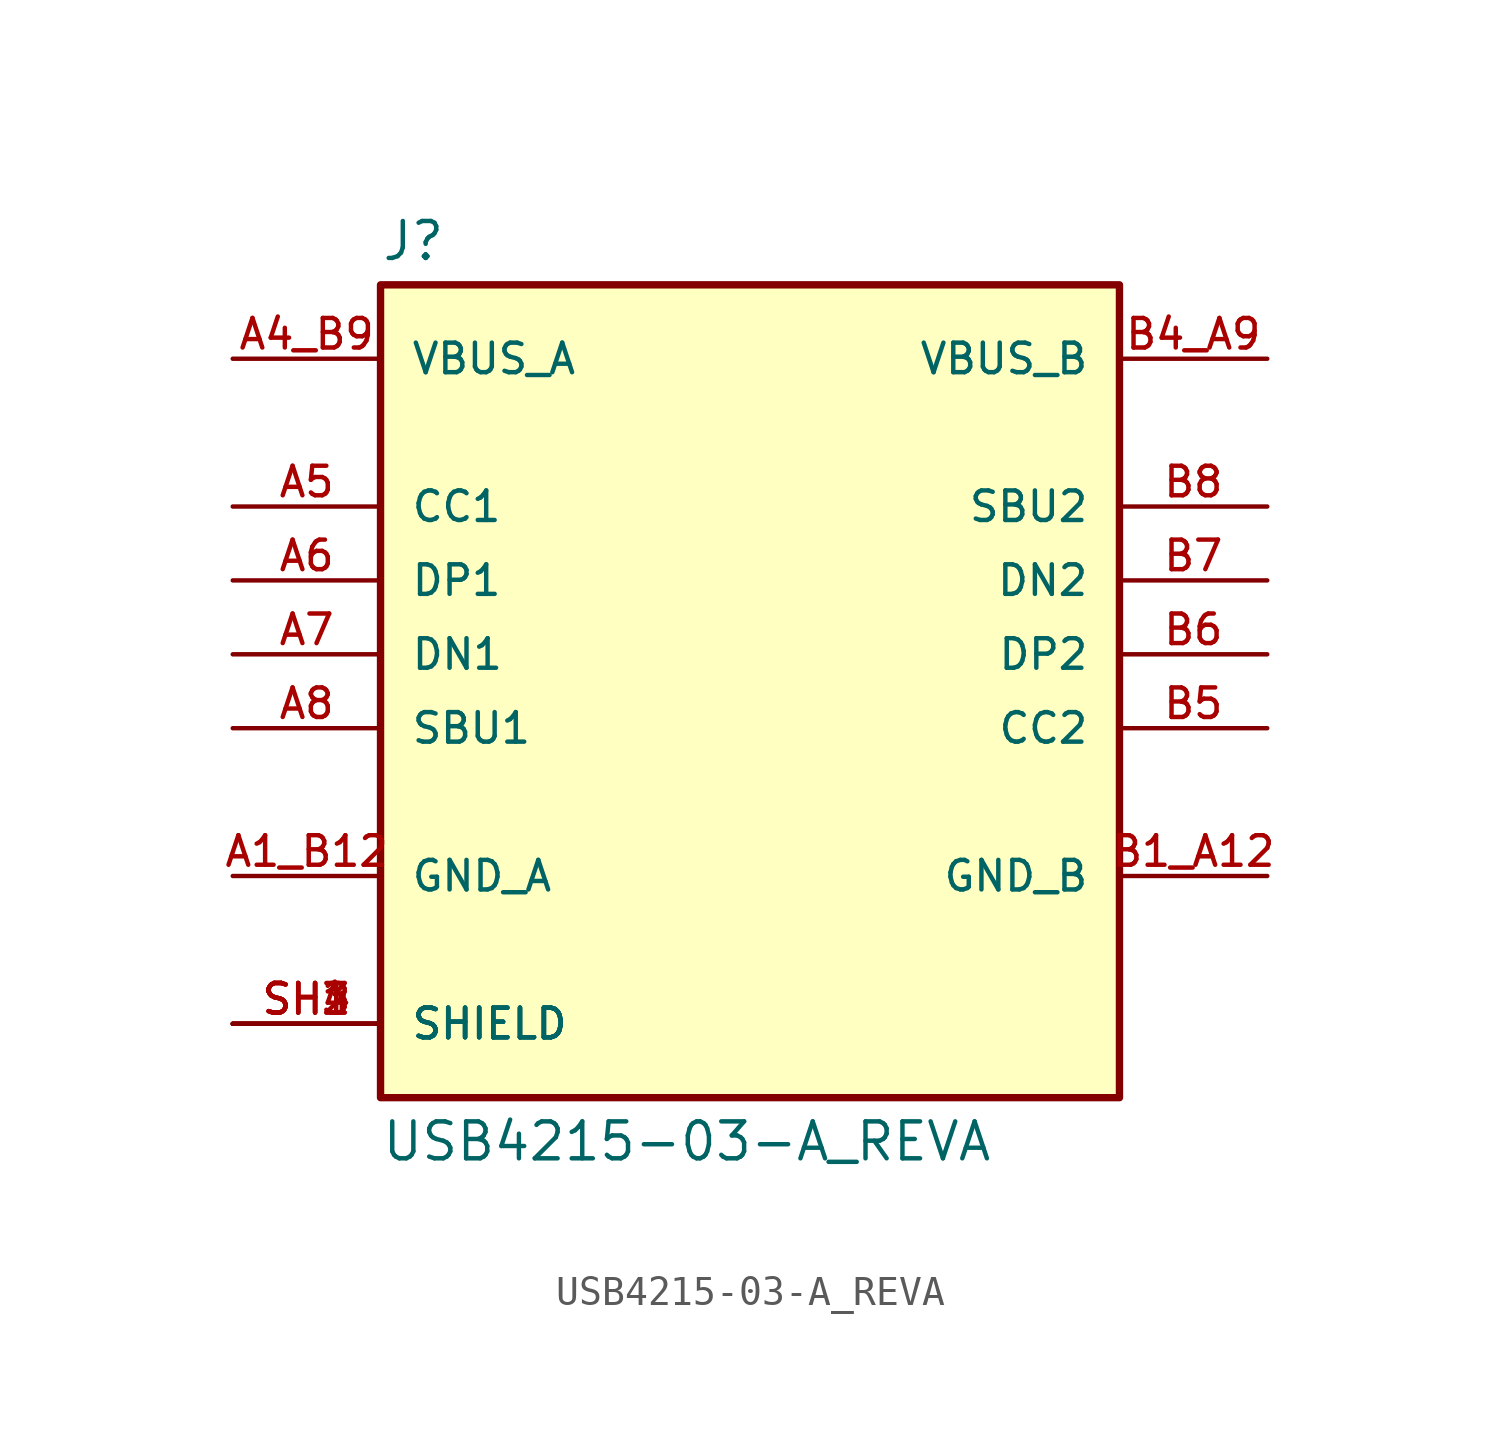
<source format=kicad_sym>
(kicad_symbol_lib
  (version 20241209)
  (generator "kicad_symbol_editor")
  (generator_version "9.0")
  (symbol "USB4215-03-A_REVA"
    (pin_names
      (offset 1.016))
    (property "Reference" "J"
      (at -12.7 13.462 0)
      (effects (font (size 1.27 1.27)) (justify left bottom)))
    (property "Value" "USB4215-03-A_REVA"
      (at -12.7 -16.002 0)
      (effects (font (size 1.27 1.27)) (justify left top)))
    (symbol "USB4215-03-A_REVA_0_0"
      (rectangle (start -12.7 -15.24) (end 12.7 12.7) (stroke (width 0.254) (type default)) (fill (type background)))
      (pin power_in line (at -17.78 10.16 0) (length 5.08) (name "VBUS_A" (effects (font (size 1.016 1.016)))) (number "A4_B9" (effects (font (size 1.016 1.016)))))
      (pin bidirectional line (at -17.78 5.08 0) (length 5.08) (name "CC1" (effects (font (size 1.016 1.016)))) (number "A5" (effects (font (size 1.016 1.016)))))
      (pin bidirectional line (at -17.78 2.54 0) (length 5.08) (name "DP1" (effects (font (size 1.016 1.016)))) (number "A6" (effects (font (size 1.016 1.016)))))
      (pin bidirectional line (at -17.78 0 0) (length 5.08) (name "DN1" (effects (font (size 1.016 1.016)))) (number "A7" (effects (font (size 1.016 1.016)))))
      (pin bidirectional line (at -17.78 -2.54 0) (length 5.08) (name "SBU1" (effects (font (size 1.016 1.016)))) (number "A8" (effects (font (size 1.016 1.016)))))
      (pin power_in line (at -17.78 -7.62 0) (length 5.08) (name "GND_A" (effects (font (size 1.016 1.016)))) (number "A1_B12" (effects (font (size 1.016 1.016)))))
      (pin passive line (at -17.78 -12.7 0) (length 5.08) (name "SHIELD" (effects (font (size 1.016 1.016)))) (number "SH1" (effects (font (size 1.016 1.016)))))
      (pin passive line (at -17.78 -12.7 0) (length 5.08) (name "SHIELD" (effects (font (size 1.016 1.016)))) (number "SH2" (effects (font (size 1.016 1.016)))))
      (pin passive line (at -17.78 -12.7 0) (length 5.08) (name "SHIELD" (effects (font (size 1.016 1.016)))) (number "SH3" (effects (font (size 1.016 1.016)))))
      (pin passive line (at -17.78 -12.7 0) (length 5.08) (name "SHIELD" (effects (font (size 1.016 1.016)))) (number "SH4" (effects (font (size 1.016 1.016)))))
      (pin power_in line (at 17.78 10.16 180) (length 5.08) (name "VBUS_B" (effects (font (size 1.016 1.016)))) (number "B4_A9" (effects (font (size 1.016 1.016)))))
      (pin bidirectional line (at 17.78 5.08 180) (length 5.08) (name "SBU2" (effects (font (size 1.016 1.016)))) (number "B8" (effects (font (size 1.016 1.016)))))
      (pin bidirectional line (at 17.78 2.54 180) (length 5.08) (name "DN2" (effects (font (size 1.016 1.016)))) (number "B7" (effects (font (size 1.016 1.016)))))
      (pin bidirectional line (at 17.78 0 180) (length 5.08) (name "DP2" (effects (font (size 1.016 1.016)))) (number "B6" (effects (font (size 1.016 1.016)))))
      (pin bidirectional line (at 17.78 -2.54 180) (length 5.08) (name "CC2" (effects (font (size 1.016 1.016)))) (number "B5" (effects (font (size 1.016 1.016)))))
      (pin power_in line (at 17.78 -7.62 180) (length 5.08) (name "GND_B" (effects (font (size 1.016 1.016)))) (number "B1_A12" (effects (font (size 1.016 1.016))))))))
</source>
